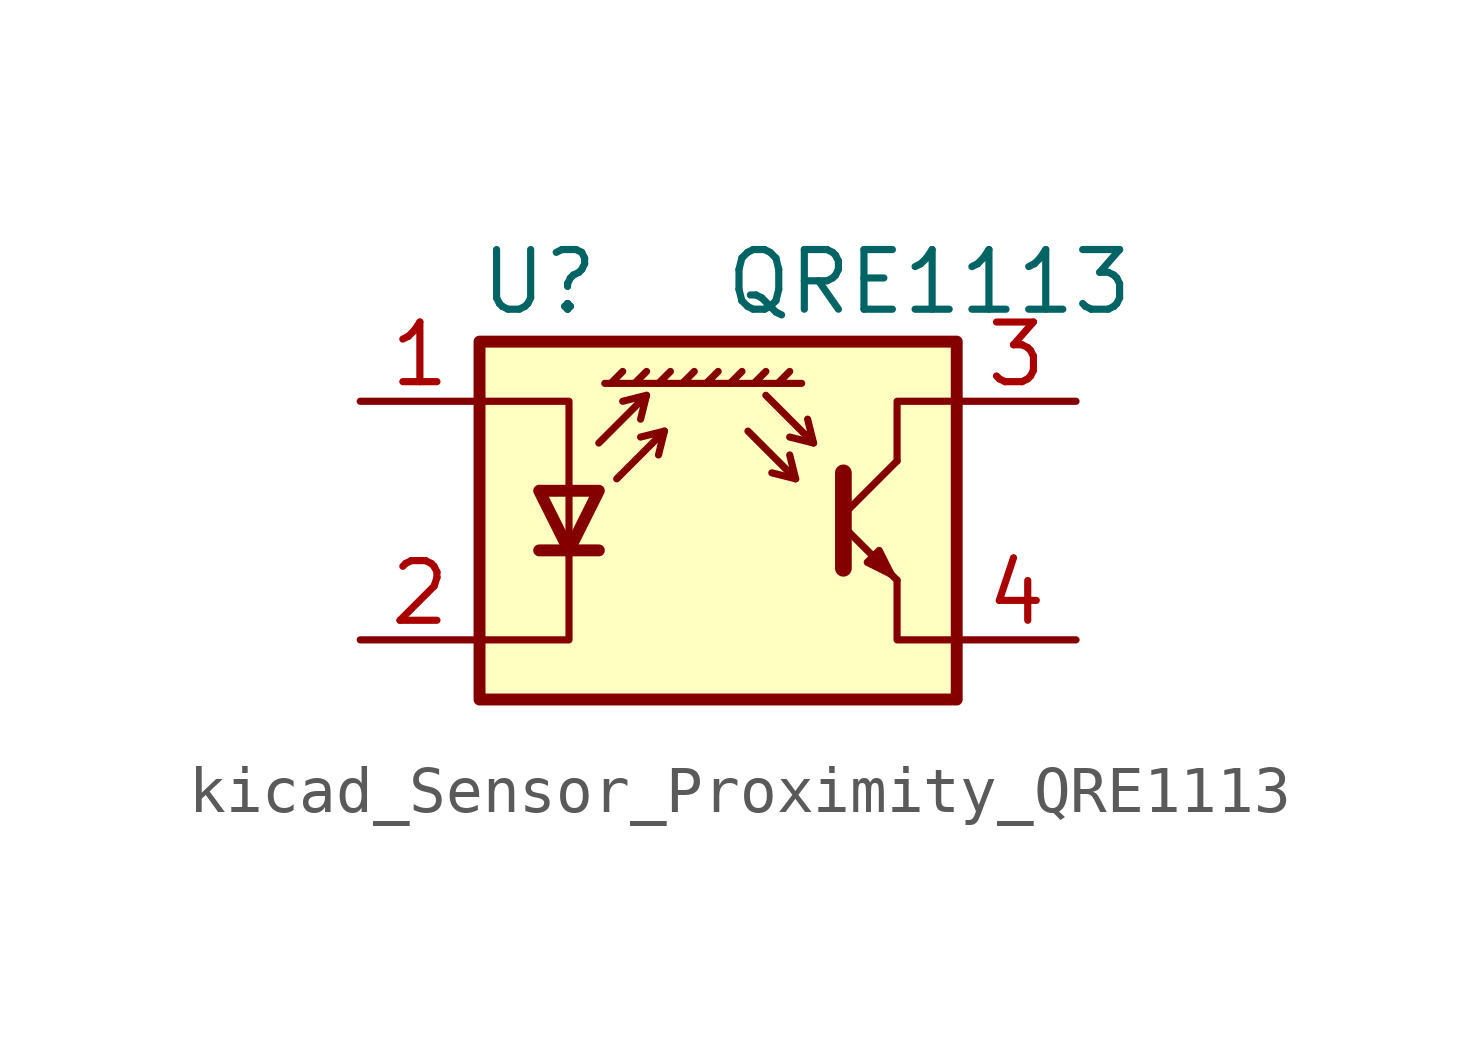
<source format=kicad_sym>
(kicad_symbol_lib
  (version 20220914)
  (generator kicad_symbol_editor)
  (symbol "kicad_Sensor_Proximity_QRE1113"
    (pin_names
      (offset 0.025) hide)
    (property "Reference" "U"
      (at -3.81 5.08 0)
      (effects (font (size 1.27 1.27))))
    (property "Value" "QRE1113"
      (at 8.89 5.08 0)
      (effects (font (size 1.27 1.27)) (justify right)))
    (symbol "kicad_Sensor_Proximity_QRE1113_0_1"
      (polyline (pts (xy -3.81 -0.635) (xy -2.54 -0.635)) (stroke (width 0.254) (type default)) (fill (type none)))
      (polyline (pts (xy -2.286 2.921) (xy -2.032 3.175)) (stroke (width 0) (type default)) (fill (type none)))
      (polyline (pts (xy -1.778 2.921) (xy -1.524 3.175)) (stroke (width 0) (type default)) (fill (type none)))
      (polyline (pts (xy -1.524 2.667) (xy -1.651 2.159)) (stroke (width 0) (type default)) (fill (type none)))
      (polyline (pts (xy -1.27 2.921) (xy -1.016 3.175)) (stroke (width 0) (type default)) (fill (type none)))
      (polyline (pts (xy -1.143 1.905) (xy -1.27 1.397)) (stroke (width 0) (type default)) (fill (type none)))
      (polyline (pts (xy -0.762 2.921) (xy -0.508 3.175)) (stroke (width 0) (type default)) (fill (type none)))
      (polyline (pts (xy -0.254 2.921) (xy 0 3.175)) (stroke (width 0) (type default)) (fill (type none)))
      (polyline (pts (xy 0.254 2.921) (xy 0.508 3.175)) (stroke (width 0) (type default)) (fill (type none)))
      (polyline (pts (xy 0.762 2.921) (xy 1.016 3.175)) (stroke (width 0) (type default)) (fill (type none)))
      (polyline (pts (xy 1.27 2.921) (xy 1.524 3.175)) (stroke (width 0) (type default)) (fill (type none)))
      (polyline (pts (xy 1.651 0.889) (xy 1.143 1.016)) (stroke (width 0) (type default)) (fill (type none)))
      (polyline (pts (xy 1.778 2.921) (xy -2.413 2.921)) (stroke (width 0) (type default)) (fill (type none)))
      (polyline (pts (xy 2.032 1.651) (xy 1.524 1.778)) (stroke (width 0) (type default)) (fill (type none)))
      (polyline (pts (xy 2.667 -0.127) (xy 3.81 -1.27)) (stroke (width 0) (type default)) (fill (type none)))
      (polyline (pts (xy 2.667 0.127) (xy 3.81 1.27)) (stroke (width 0) (type default)) (fill (type none)))
      (polyline (pts (xy -2.54 1.651) (xy -1.524 2.667) (xy -2.032 2.54)) (stroke (width 0) (type default)) (fill (type none)))
      (polyline (pts (xy -2.159 0.889) (xy -1.143 1.905) (xy -1.651 1.778)) (stroke (width 0) (type default)) (fill (type none)))
      (polyline (pts (xy 0.635 1.905) (xy 1.651 0.889) (xy 1.524 1.397)) (stroke (width 0) (type default)) (fill (type none)))
      (polyline (pts (xy 1.016 2.667) (xy 2.032 1.651) (xy 1.905 2.159)) (stroke (width 0) (type default)) (fill (type none)))
      (polyline (pts (xy 2.667 1.016) (xy 2.667 -1.016) (xy 2.667 -1.016)) (stroke (width 0.356) (type default)) (fill (type none)))
      (polyline (pts (xy 3.81 -1.27) (xy 3.81 -2.54) (xy 5.08 -2.54)) (stroke (width 0) (type default)) (fill (type none)))
      (polyline (pts (xy 3.81 1.27) (xy 3.81 2.54) (xy 5.08 2.54)) (stroke (width 0) (type default)) (fill (type none)))
      (polyline (pts (xy -5.08 -2.54) (xy -3.175 -2.54) (xy -3.175 2.54) (xy -5.08 2.54)) (stroke (width 0) (type default)) (fill (type none)))
      (polyline (pts (xy -3.175 -0.635) (xy -3.81 0.635) (xy -2.54 0.635) (xy -3.175 -0.635)) (stroke (width 0.254) (type default)) (fill (type none)))
      (polyline (pts (xy 3.683 -1.143) (xy 3.429 -0.635) (xy 3.175 -0.889) (xy 3.683 -1.143)) (stroke (width 0) (type default)) (fill (type none)))
      (polyline (pts (xy -5.08 -3.81) (xy 5.08 -3.81) (xy 5.08 3.81) (xy -5.08 3.81) (xy -5.08 -3.81)) (stroke (width 0.254) (type default)) (fill (type background))))
    (symbol "kicad_Sensor_Proximity_QRE1113_1_1"
      (pin passive line (at -7.62 2.54 0) (length 2.54) (name "A" (effects (font (size 1.27 1.27)))) (number "1" (effects (font (size 1.27 1.27)))))
      (pin passive line (at -7.62 -2.54 0) (length 2.54) (name "K" (effects (font (size 1.27 1.27)))) (number "2" (effects (font (size 1.27 1.27)))))
      (pin open_collector line (at 7.62 2.54 180) (length 2.54) (name "~" (effects (font (size 1.27 1.27)))) (number "3" (effects (font (size 1.27 1.27)))))
      (pin open_emitter line (at 7.62 -2.54 180) (length 2.54) (name "~" (effects (font (size 1.27 1.27)))) (number "4" (effects (font (size 1.27 1.27))))))))
</source>
